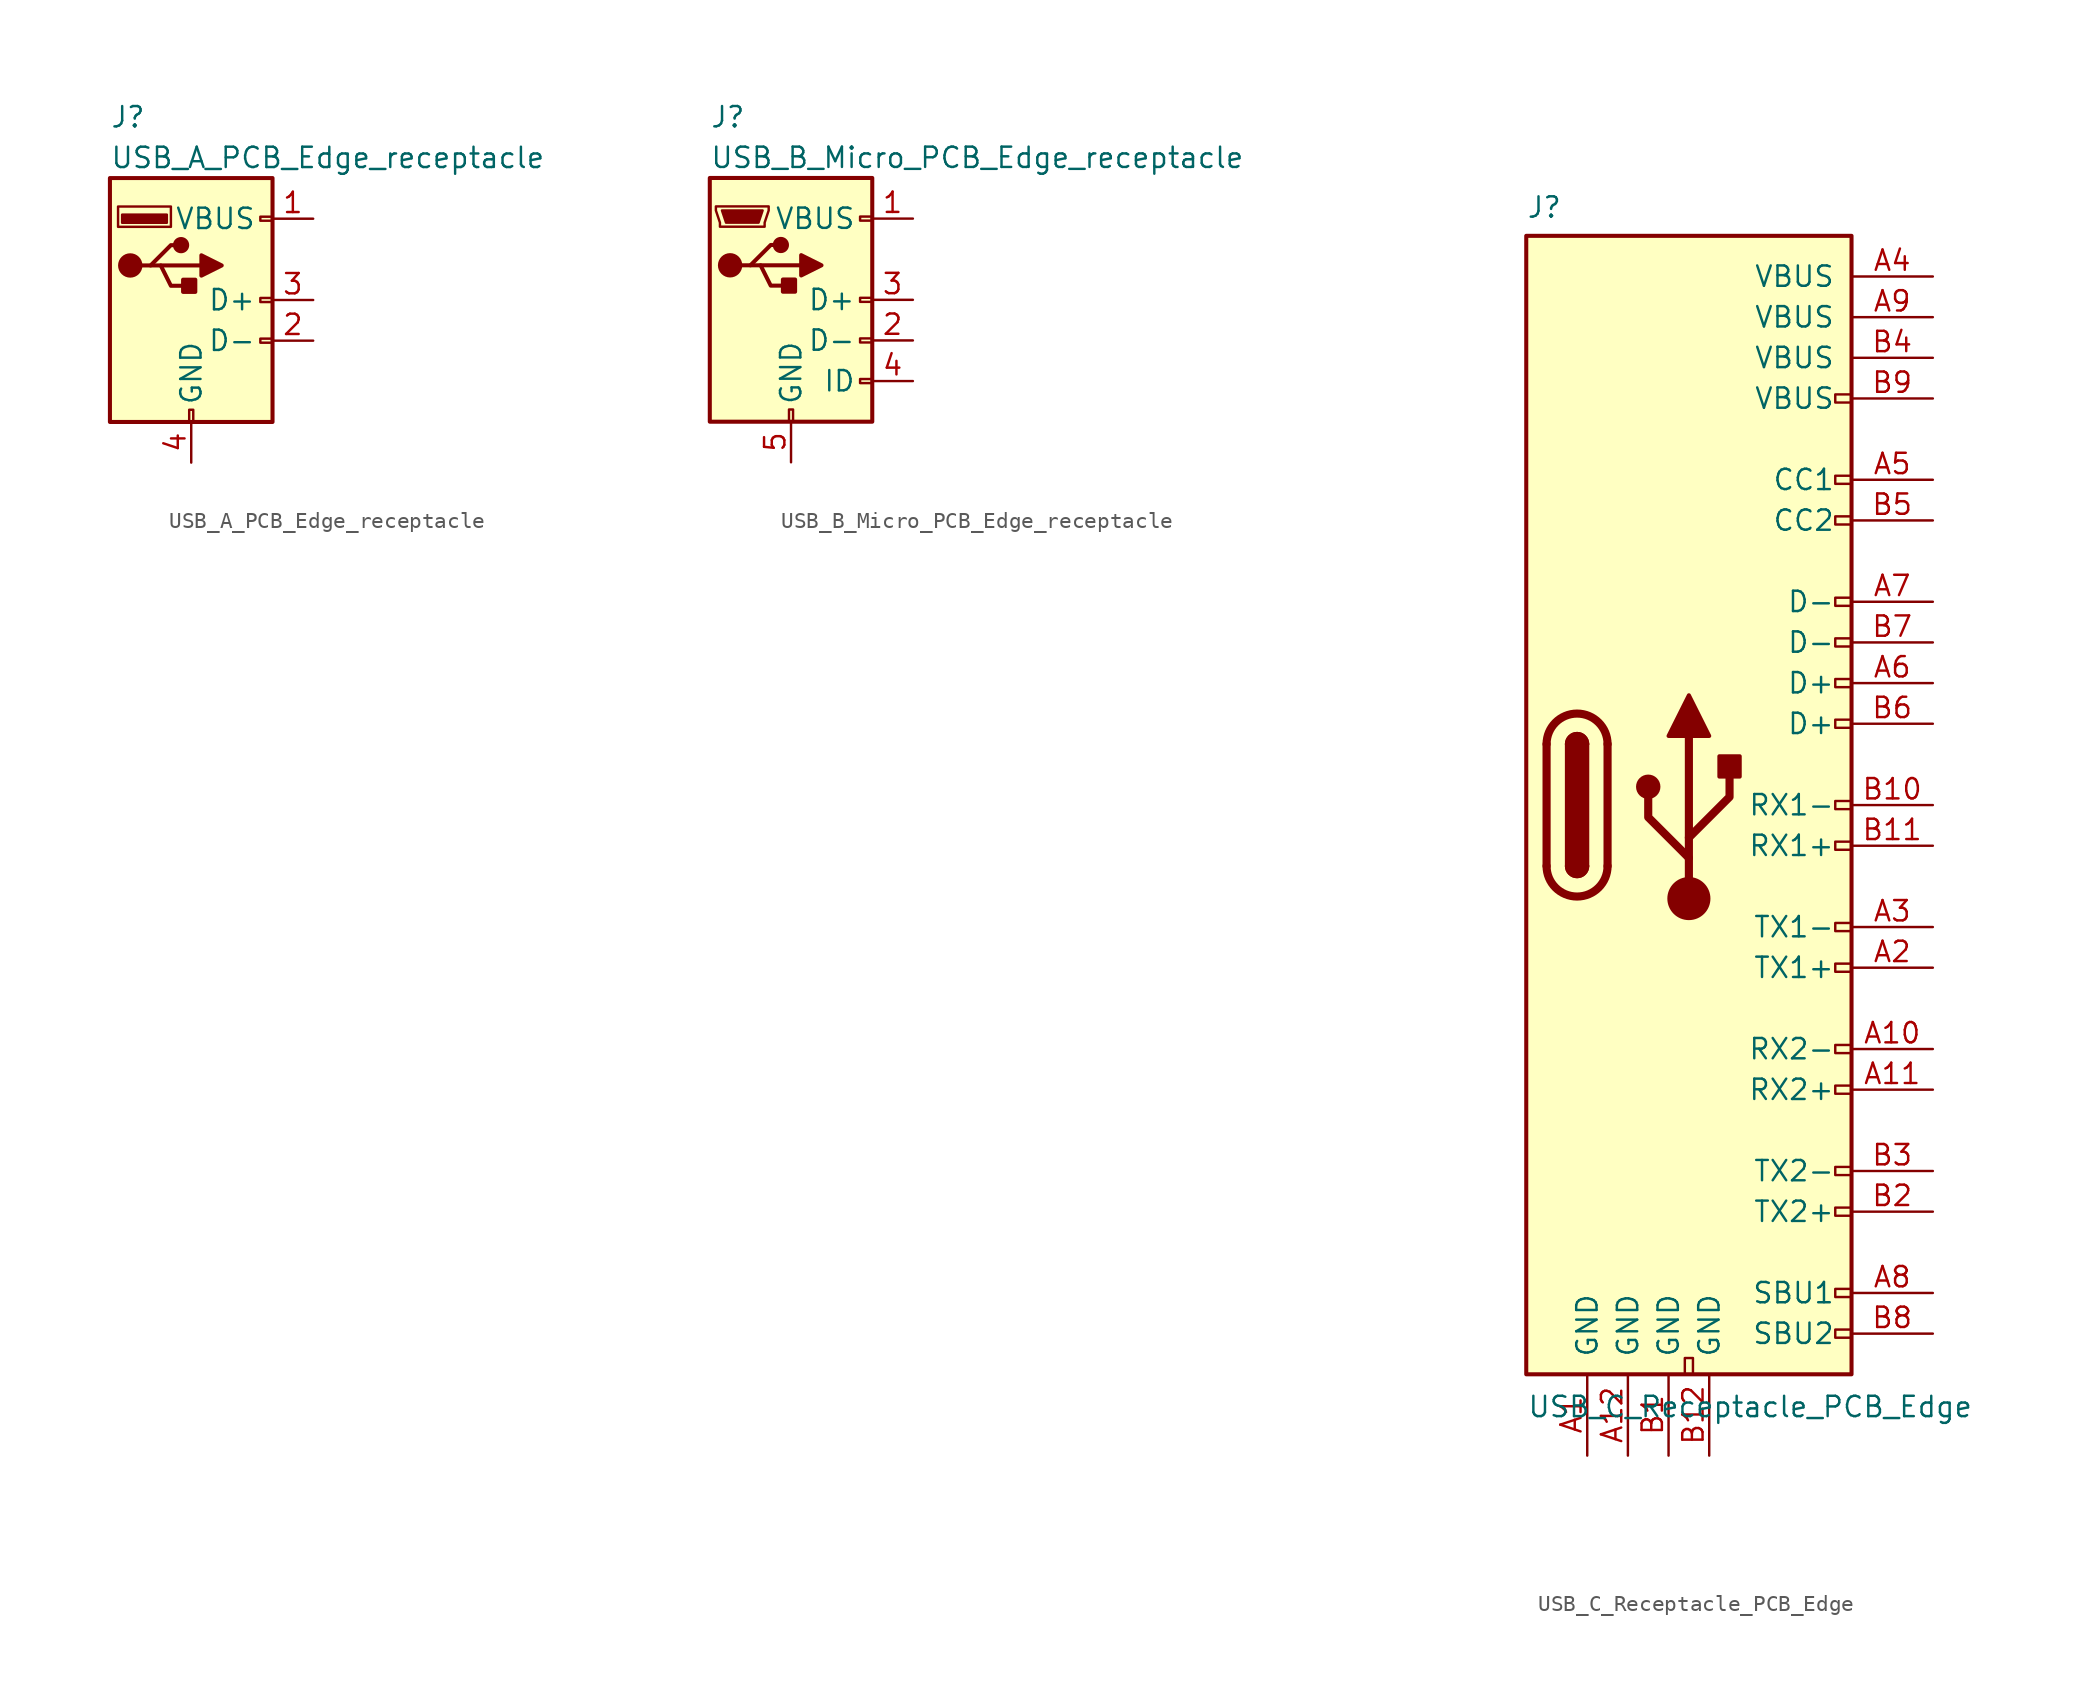
<source format=kicad_sym>
(kicad_symbol_lib
  (version 20231120)
  (generator "kicad_symbol_editor")
  (generator_version "8.0")
  (symbol "USB_A_PCB_Edge_receptacle"
    (pin_names
      (offset 1.016))
    (property "Reference" "J"
      (at -5.08 11.43 0)
      (effects (font (size 1.27 1.27)) (justify left)))
    (property "Value" "USB_A_PCB_Edge_receptacle"
      (at -5.08 8.89 0)
      (effects (font (size 1.27 1.27)) (justify left)))
    (symbol "USB_A_PCB_Edge_receptacle_0_1"
      (rectangle (start -5.08 -7.62) (end 5.08 7.62) (stroke (width 0.254) (type default)) (fill (type background)))
      (circle (center -3.81 2.159) (radius 0.635) (stroke (width 0.254) (type default)) (fill (type outline)))
      (rectangle (start -1.524 4.826) (end -4.318 5.334) (stroke (width 0) (type default)) (fill (type outline)))
      (rectangle (start -1.27 4.572) (end -4.572 5.842) (stroke (width 0) (type default)) (fill (type none)))
      (circle (center -0.635 3.429) (radius 0.381) (stroke (width 0.254) (type default)) (fill (type outline)))
      (rectangle (start -0.127 -7.62) (end 0.127 -6.858) (stroke (width 0) (type default)) (fill (type none)))
      (polyline (pts (xy -3.175 2.159) (xy -2.54 2.159) (xy -1.27 3.429) (xy -0.635 3.429)) (stroke (width 0.254) (type default)) (fill (type none)))
      (polyline (pts (xy -2.54 2.159) (xy -1.905 2.159) (xy -1.27 0.889) (xy 0 0.889)) (stroke (width 0.254) (type default)) (fill (type none)))
      (polyline (pts (xy 0.635 2.794) (xy 0.635 1.524) (xy 1.905 2.159) (xy 0.635 2.794)) (stroke (width 0.254) (type default)) (fill (type outline)))
      (rectangle (start 0.254 1.27) (end -0.508 0.508) (stroke (width 0.254) (type default)) (fill (type outline)))
      (rectangle (start 5.08 -2.667) (end 4.318 -2.413) (stroke (width 0) (type default)) (fill (type none)))
      (rectangle (start 5.08 -0.127) (end 4.318 0.127) (stroke (width 0) (type default)) (fill (type none)))
      (rectangle (start 5.08 4.953) (end 4.318 5.207) (stroke (width 0) (type default)) (fill (type none))))
    (symbol "USB_A_PCB_Edge_receptacle_1_1"
      (polyline (pts (xy -1.905 2.159) (xy 0.635 2.159)) (stroke (width 0.254) (type default)) (fill (type none)))
      (pin power_in line (at 7.62 5.08 180) (length 2.54) (name "VBUS" (effects (font (size 1.27 1.27)))) (number "1" (effects (font (size 1.27 1.27)))))
      (pin bidirectional line (at 7.62 -2.54 180) (length 2.54) (name "D-" (effects (font (size 1.27 1.27)))) (number "2" (effects (font (size 1.27 1.27)))))
      (pin bidirectional line (at 7.62 0 180) (length 2.54) (name "D+" (effects (font (size 1.27 1.27)))) (number "3" (effects (font (size 1.27 1.27)))))
      (pin power_in line (at 0 -10.16 90) (length 2.54) (name "GND" (effects (font (size 1.27 1.27)))) (number "4" (effects (font (size 1.27 1.27)))))
      (pin passive line (at -2.54 -10.16 90) (length 2.54) hide (name "Shield" (effects (font (size 1.27 1.27)))) (number "5" (effects (font (size 1.27 1.27)))))))
  (symbol "USB_B_Micro_PCB_Edge_receptacle"
    (pin_names
      (offset 1.016))
    (property "Reference" "J"
      (at -5.08 11.43 0)
      (effects (font (size 1.27 1.27)) (justify left)))
    (property "Value" "USB_B_Micro_PCB_Edge_receptacle"
      (at -5.08 8.89 0)
      (effects (font (size 1.27 1.27)) (justify left)))
    (symbol "USB_B_Micro_PCB_Edge_receptacle_0_1"
      (rectangle (start -5.08 -7.62) (end 5.08 7.62) (stroke (width 0.254) (type default)) (fill (type background)))
      (circle (center -3.81 2.159) (radius 0.635) (stroke (width 0.254) (type default)) (fill (type outline)))
      (circle (center -0.635 3.429) (radius 0.381) (stroke (width 0.254) (type default)) (fill (type outline)))
      (rectangle (start -0.127 -7.62) (end 0.127 -6.858) (stroke (width 0) (type default)) (fill (type none)))
      (polyline (pts (xy -1.905 2.159) (xy 0.635 2.159)) (stroke (width 0.254) (type default)) (fill (type none)))
      (polyline (pts (xy -3.175 2.159) (xy -2.54 2.159) (xy -1.27 3.429) (xy -0.635 3.429)) (stroke (width 0.254) (type default)) (fill (type none)))
      (polyline (pts (xy -2.54 2.159) (xy -1.905 2.159) (xy -1.27 0.889) (xy 0 0.889)) (stroke (width 0.254) (type default)) (fill (type none)))
      (polyline (pts (xy 0.635 2.794) (xy 0.635 1.524) (xy 1.905 2.159) (xy 0.635 2.794)) (stroke (width 0.254) (type default)) (fill (type outline)))
      (polyline (pts (xy -4.318 5.588) (xy -1.778 5.588) (xy -2.032 4.826) (xy -4.064 4.826) (xy -4.318 5.588)) (stroke (width 0) (type default)) (fill (type outline)))
      (polyline (pts (xy -4.699 5.842) (xy -4.699 5.588) (xy -4.445 4.826) (xy -4.445 4.572) (xy -1.651 4.572) (xy -1.651 4.826) (xy -1.397 5.588) (xy -1.397 5.842) (xy -4.699 5.842)) (stroke (width 0) (type default)) (fill (type none)))
      (rectangle (start 0.254 1.27) (end -0.508 0.508) (stroke (width 0.254) (type default)) (fill (type outline)))
      (rectangle (start 5.08 -5.207) (end 4.318 -4.953) (stroke (width 0) (type default)) (fill (type none)))
      (rectangle (start 5.08 -2.667) (end 4.318 -2.413) (stroke (width 0) (type default)) (fill (type none)))
      (rectangle (start 5.08 -0.127) (end 4.318 0.127) (stroke (width 0) (type default)) (fill (type none)))
      (rectangle (start 5.08 4.953) (end 4.318 5.207) (stroke (width 0) (type default)) (fill (type none))))
    (symbol "USB_B_Micro_PCB_Edge_receptacle_1_1"
      (pin power_out line (at 7.62 5.08 180) (length 2.54) (name "VBUS" (effects (font (size 1.27 1.27)))) (number "1" (effects (font (size 1.27 1.27)))))
      (pin bidirectional line (at 7.62 -2.54 180) (length 2.54) (name "D-" (effects (font (size 1.27 1.27)))) (number "2" (effects (font (size 1.27 1.27)))))
      (pin bidirectional line (at 7.62 0 180) (length 2.54) (name "D+" (effects (font (size 1.27 1.27)))) (number "3" (effects (font (size 1.27 1.27)))))
      (pin passive line (at 7.62 -5.08 180) (length 2.54) (name "ID" (effects (font (size 1.27 1.27)))) (number "4" (effects (font (size 1.27 1.27)))))
      (pin power_out line (at 0 -10.16 90) (length 2.54) (name "GND" (effects (font (size 1.27 1.27)))) (number "5" (effects (font (size 1.27 1.27)))))
      (pin passive line (at -2.54 -10.16 90) (length 2.54) hide (name "Shield" (effects (font (size 1.27 1.27)))) (number "6" (effects (font (size 1.27 1.27)))))))
  (symbol "USB_C_Receptacle_PCB_Edge"
    (pin_names
      (offset 1.016))
    (property "Reference" "J"
      (at -10.16 37.338 0)
      (effects (font (size 1.27 1.27)) (justify left)))
    (property "Value" "USB_C_Receptacle_PCB_Edge"
      (at 17.78 -37.592 0)
      (effects (font (size 1.27 1.27)) (justify right)))
    (symbol "USB_C_Receptacle_PCB_Edge_0_0"
      (rectangle (start -0.254 -35.56) (end 0.254 -34.544) (stroke (width 0) (type default)) (fill (type none)))
      (rectangle (start 10.16 -32.766) (end 9.144 -33.274) (stroke (width 0) (type default)) (fill (type none)))
      (rectangle (start 10.16 -30.226) (end 9.144 -30.734) (stroke (width 0) (type default)) (fill (type none)))
      (rectangle (start 10.16 -25.146) (end 9.144 -25.654) (stroke (width 0) (type default)) (fill (type none)))
      (rectangle (start 10.16 -22.606) (end 9.144 -23.114) (stroke (width 0) (type default)) (fill (type none)))
      (rectangle (start 10.16 -17.526) (end 9.144 -18.034) (stroke (width 0) (type default)) (fill (type none)))
      (rectangle (start 10.16 -14.986) (end 9.144 -15.494) (stroke (width 0) (type default)) (fill (type none)))
      (rectangle (start 10.16 -9.906) (end 9.144 -10.414) (stroke (width 0) (type default)) (fill (type none)))
      (rectangle (start 10.16 -7.366) (end 9.144 -7.874) (stroke (width 0) (type default)) (fill (type none)))
      (rectangle (start 10.16 -2.286) (end 9.144 -2.794) (stroke (width 0) (type default)) (fill (type none)))
      (rectangle (start 10.16 0.254) (end 9.144 -0.254) (stroke (width 0) (type default)) (fill (type none)))
      (rectangle (start 10.16 5.334) (end 9.144 4.826) (stroke (width 0) (type default)) (fill (type none)))
      (rectangle (start 10.16 7.874) (end 9.144 7.366) (stroke (width 0) (type default)) (fill (type none)))
      (rectangle (start 10.16 10.414) (end 9.144 9.906) (stroke (width 0) (type default)) (fill (type none)))
      (rectangle (start 10.16 12.954) (end 9.144 12.446) (stroke (width 0) (type default)) (fill (type none)))
      (rectangle (start 10.16 18.034) (end 9.144 17.526) (stroke (width 0) (type default)) (fill (type none)))
      (rectangle (start 10.16 20.574) (end 9.144 20.066) (stroke (width 0) (type default)) (fill (type none)))
      (rectangle (start 10.16 25.654) (end 9.144 25.146) (stroke (width 0) (type default)) (fill (type none))))
    (symbol "USB_C_Receptacle_PCB_Edge_0_1"
      (rectangle (start -10.16 35.56) (end 10.16 -35.56) (stroke (width 0.254) (type default)) (fill (type background)))
      (arc (start -8.89 -3.81) (mid -6.985 -5.7067) (end -5.08 -3.81) (stroke (width 0.508) (type default)) (fill (type none)))
      (arc (start -7.62 -3.81) (mid -6.985 -4.4423) (end -6.35 -3.81) (stroke (width 0.254) (type default)) (fill (type none)))
      (arc (start -7.62 -3.81) (mid -6.985 -4.4423) (end -6.35 -3.81) (stroke (width 0.254) (type default)) (fill (type outline)))
      (rectangle (start -7.62 -3.81) (end -6.35 3.81) (stroke (width 0.254) (type default)) (fill (type outline)))
      (arc (start -6.35 3.81) (mid -6.985 4.4423) (end -7.62 3.81) (stroke (width 0.254) (type default)) (fill (type none)))
      (arc (start -6.35 3.81) (mid -6.985 4.4423) (end -7.62 3.81) (stroke (width 0.254) (type default)) (fill (type outline)))
      (arc (start -5.08 3.81) (mid -6.985 5.7067) (end -8.89 3.81) (stroke (width 0.508) (type default)) (fill (type none)))
      (polyline (pts (xy -8.89 -3.81) (xy -8.89 3.81)) (stroke (width 0.508) (type default)) (fill (type none)))
      (polyline (pts (xy -5.08 3.81) (xy -5.08 -3.81)) (stroke (width 0.508) (type default)) (fill (type none))))
    (symbol "USB_C_Receptacle_PCB_Edge_1_1"
      (circle (center -2.54 1.143) (radius 0.635) (stroke (width 0.254) (type default)) (fill (type outline)))
      (circle (center 0 -5.842) (radius 1.27) (stroke (width 0) (type default)) (fill (type outline)))
      (polyline (pts (xy 0 -5.842) (xy 0 4.318)) (stroke (width 0.508) (type default)) (fill (type none)))
      (polyline (pts (xy 0 -3.302) (xy -2.54 -0.762) (xy -2.54 0.508)) (stroke (width 0.508) (type default)) (fill (type none)))
      (polyline (pts (xy 0 -2.032) (xy 2.54 0.508) (xy 2.54 1.778)) (stroke (width 0.508) (type default)) (fill (type none)))
      (polyline (pts (xy -1.27 4.318) (xy 0 6.858) (xy 1.27 4.318) (xy -1.27 4.318)) (stroke (width 0.254) (type default)) (fill (type outline)))
      (rectangle (start 1.905 1.778) (end 3.175 3.048) (stroke (width 0.254) (type default)) (fill (type outline)))
      (pin passive line (at -6.35 -40.64 90) (length 5.08) (name "GND" (effects (font (size 1.27 1.27)))) (number "A1" (effects (font (size 1.27 1.27)))))
      (pin bidirectional line (at 15.24 -15.24 180) (length 5.08) (name "RX2-" (effects (font (size 1.27 1.27)))) (number "A10" (effects (font (size 1.27 1.27)))))
      (pin bidirectional line (at 15.24 -17.78 180) (length 5.08) (name "RX2+" (effects (font (size 1.27 1.27)))) (number "A11" (effects (font (size 1.27 1.27)))))
      (pin passive line (at -3.81 -40.64 90) (length 5.08) (name "GND" (effects (font (size 1.27 1.27)))) (number "A12" (effects (font (size 1.27 1.27)))))
      (pin bidirectional line (at 15.24 -10.16 180) (length 5.08) (name "TX1+" (effects (font (size 1.27 1.27)))) (number "A2" (effects (font (size 1.27 1.27)))))
      (pin bidirectional line (at 15.24 -7.62 180) (length 5.08) (name "TX1-" (effects (font (size 1.27 1.27)))) (number "A3" (effects (font (size 1.27 1.27)))))
      (pin passive line (at 15.24 33.02 180) (length 5.08) (name "VBUS" (effects (font (size 1.27 1.27)))) (number "A4" (effects (font (size 1.27 1.27)))))
      (pin bidirectional line (at 15.24 20.32 180) (length 5.08) (name "CC1" (effects (font (size 1.27 1.27)))) (number "A5" (effects (font (size 1.27 1.27)))))
      (pin bidirectional line (at 15.24 7.62 180) (length 5.08) (name "D+" (effects (font (size 1.27 1.27)))) (number "A6" (effects (font (size 1.27 1.27)))))
      (pin bidirectional line (at 15.24 12.7 180) (length 5.08) (name "D-" (effects (font (size 1.27 1.27)))) (number "A7" (effects (font (size 1.27 1.27)))))
      (pin bidirectional line (at 15.24 -30.48 180) (length 5.08) (name "SBU1" (effects (font (size 1.27 1.27)))) (number "A8" (effects (font (size 1.27 1.27)))))
      (pin passive line (at 15.24 30.48 180) (length 5.08) (name "VBUS" (effects (font (size 1.27 1.27)))) (number "A9" (effects (font (size 1.27 1.27)))))
      (pin passive line (at -1.27 -40.64 90) (length 5.08) (name "GND" (effects (font (size 1.27 1.27)))) (number "B1" (effects (font (size 1.27 1.27)))))
      (pin bidirectional line (at 15.24 0 180) (length 5.08) (name "RX1-" (effects (font (size 1.27 1.27)))) (number "B10" (effects (font (size 1.27 1.27)))))
      (pin bidirectional line (at 15.24 -2.54 180) (length 5.08) (name "RX1+" (effects (font (size 1.27 1.27)))) (number "B11" (effects (font (size 1.27 1.27)))))
      (pin passive line (at 1.27 -40.64 90) (length 5.08) (name "GND" (effects (font (size 1.27 1.27)))) (number "B12" (effects (font (size 1.27 1.27)))))
      (pin bidirectional line (at 15.24 -25.4 180) (length 5.08) (name "TX2+" (effects (font (size 1.27 1.27)))) (number "B2" (effects (font (size 1.27 1.27)))))
      (pin bidirectional line (at 15.24 -22.86 180) (length 5.08) (name "TX2-" (effects (font (size 1.27 1.27)))) (number "B3" (effects (font (size 1.27 1.27)))))
      (pin passive line (at 15.24 27.94 180) (length 5.08) (name "VBUS" (effects (font (size 1.27 1.27)))) (number "B4" (effects (font (size 1.27 1.27)))))
      (pin bidirectional line (at 15.24 17.78 180) (length 5.08) (name "CC2" (effects (font (size 1.27 1.27)))) (number "B5" (effects (font (size 1.27 1.27)))))
      (pin bidirectional line (at 15.24 5.08 180) (length 5.08) (name "D+" (effects (font (size 1.27 1.27)))) (number "B6" (effects (font (size 1.27 1.27)))))
      (pin bidirectional line (at 15.24 10.16 180) (length 5.08) (name "D-" (effects (font (size 1.27 1.27)))) (number "B7" (effects (font (size 1.27 1.27)))))
      (pin bidirectional line (at 15.24 -33.02 180) (length 5.08) (name "SBU2" (effects (font (size 1.27 1.27)))) (number "B8" (effects (font (size 1.27 1.27)))))
      (pin passive line (at 15.24 25.4 180) (length 5.08) (name "VBUS" (effects (font (size 1.27 1.27)))) (number "B9" (effects (font (size 1.27 1.27)))))
      (pin passive line (at -16.51 -38.1 90) (length 5.08) hide (name "SHIELD" (effects (font (size 1.27 1.27)))) (number "S1" (effects (font (size 1.27 1.27))))))))
</source>
